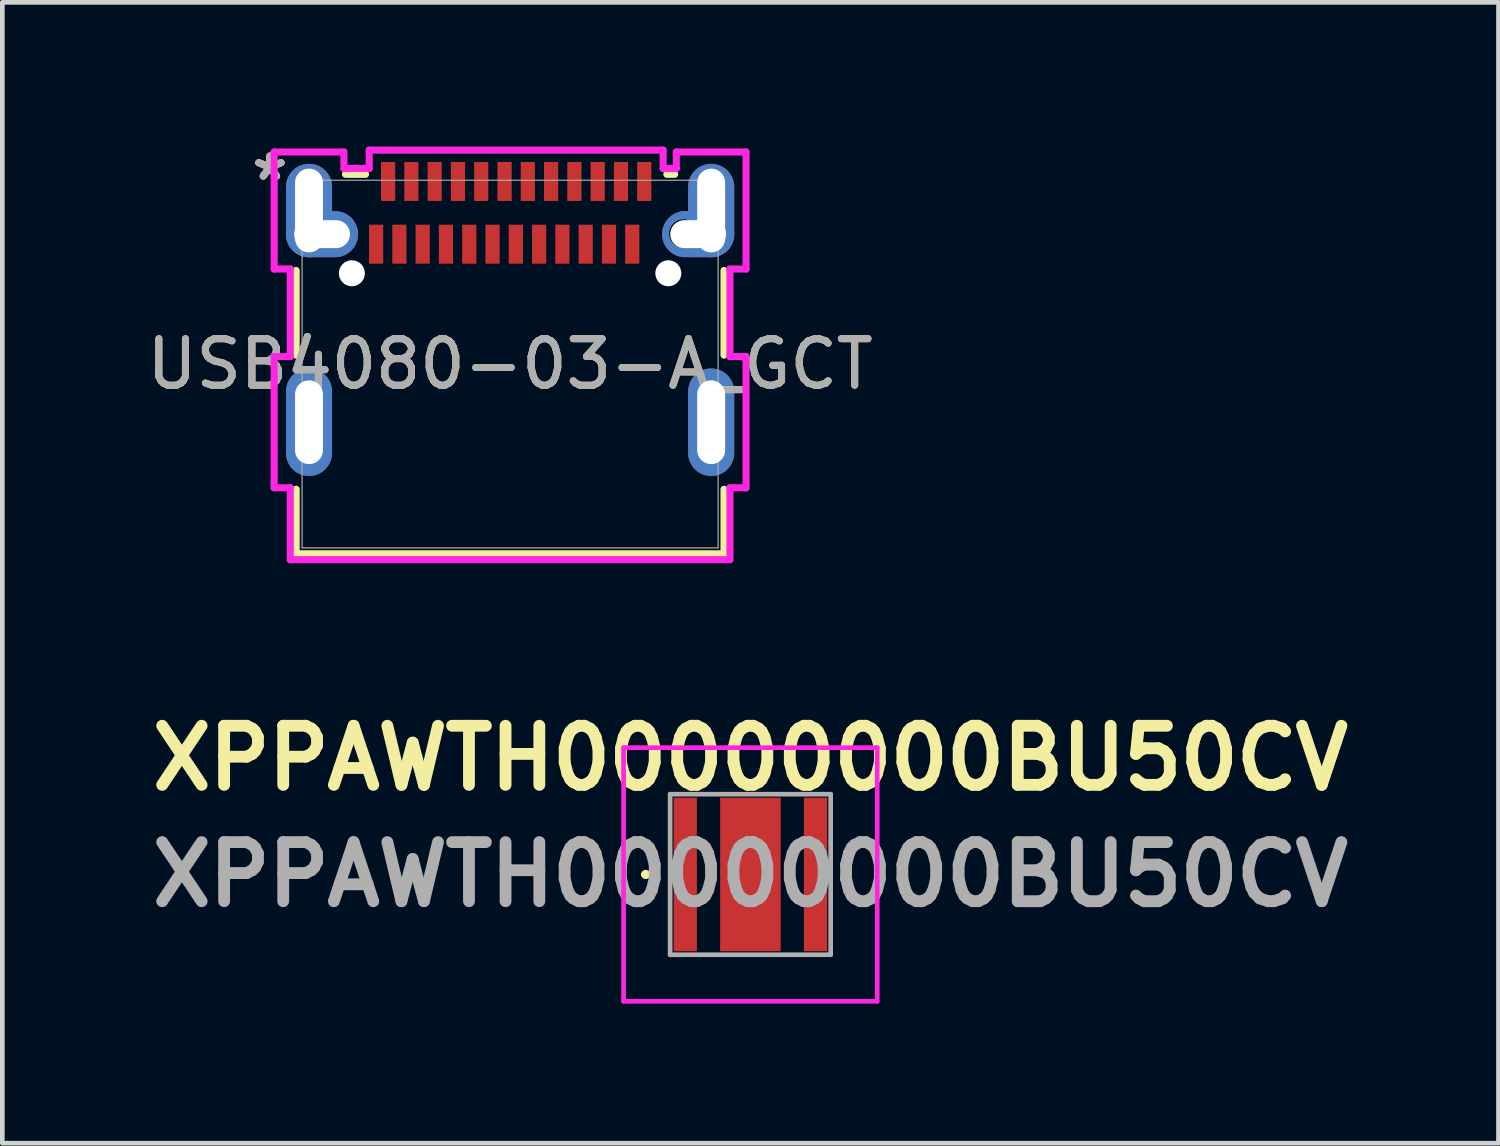
<source format=kicad_pcb>
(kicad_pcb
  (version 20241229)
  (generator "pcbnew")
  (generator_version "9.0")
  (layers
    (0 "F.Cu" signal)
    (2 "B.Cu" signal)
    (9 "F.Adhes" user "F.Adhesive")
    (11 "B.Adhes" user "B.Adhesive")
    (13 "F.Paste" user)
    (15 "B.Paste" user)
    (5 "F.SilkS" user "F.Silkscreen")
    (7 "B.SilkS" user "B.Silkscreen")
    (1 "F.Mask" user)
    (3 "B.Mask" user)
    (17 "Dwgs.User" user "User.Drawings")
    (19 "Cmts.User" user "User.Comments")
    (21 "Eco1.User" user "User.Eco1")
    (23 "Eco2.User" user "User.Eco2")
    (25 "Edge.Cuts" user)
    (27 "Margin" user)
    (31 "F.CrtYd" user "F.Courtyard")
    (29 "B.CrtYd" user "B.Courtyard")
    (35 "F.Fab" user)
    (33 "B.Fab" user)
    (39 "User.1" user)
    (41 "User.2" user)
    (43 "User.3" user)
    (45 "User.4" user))
  (footprint "XPPAWTH00000000BU50CV"
    (layer "F.Cu")
    (at 13.075 15.741)
    (property "Reference" "XPPAWTH00000000BU50CV" (at 0 -2.5 0) (layer "F.SilkS") (effects (font (size 1.27 1.27) (thickness 0.254))))
    (attr smd)
    (fp_line (start -2.3 0) (end -2.3 0) (stroke (width 0.1) (type solid)) (layer "F.SilkS"))
    (fp_line (start -2.2 0) (end -2.2 0) (stroke (width 0.1) (type solid)) (layer "F.SilkS"))
    (fp_arc (start -2.3 0) (mid -2.25 -0.05) (end -2.2 0) (stroke (width 0.1) (type solid)) (layer "F.SilkS"))
    (fp_arc (start -2.2 0) (mid -2.25 0.05) (end -2.3 0) (stroke (width 0.1) (type solid)) (layer "F.SilkS"))
    (fp_line (start -2.725 -2.725) (end 2.725 -2.725) (stroke (width 0.1) (type solid)) (layer "F.CrtYd"))
    (fp_line (start -2.725 2.725) (end -2.725 -2.725) (stroke (width 0.1) (type solid)) (layer "F.CrtYd"))
    (fp_line (start 2.725 -2.725) (end 2.725 2.725) (stroke (width 0.1) (type solid)) (layer "F.CrtYd"))
    (fp_line (start 2.725 2.725) (end -2.725 2.725) (stroke (width 0.1) (type solid)) (layer "F.CrtYd"))
    (fp_line (start -1.725 -1.725) (end 1.725 -1.725) (stroke (width 0.1) (type solid)) (layer "F.Fab"))
    (fp_line (start -1.725 1.725) (end -1.725 -1.725) (stroke (width 0.1) (type solid)) (layer "F.Fab"))
    (fp_line (start 1.725 -1.725) (end 1.725 1.725) (stroke (width 0.1) (type solid)) (layer "F.Fab"))
    (fp_line (start 1.725 1.725) (end -1.725 1.725) (stroke (width 0.1) (type solid)) (layer "F.Fab"))
    (fp_text user "${REFERENCE}" (at 0 0 0) (layer "F.Fab") (effects (font (size 1.27 1.27) (thickness 0.254))))
    (pad "1" smd rect (at -1.4 0) (size 0.5 3.3) (layers "F.Cu" "F.Mask" "F.Paste"))
    (pad "2" smd rect (at 1.4 0) (size 0.5 3.3) (layers "F.Cu" "F.Mask" "F.Paste"))
    (pad "3" smd rect (at 0 0) (size 1.3 3.3) (layers "F.Cu" "F.Mask" "F.Paste")))
  (footprint "USB4080-03-A_GCT"
    (layer "F.Cu")
    (at 7.911 4.773)
    (property "Reference" "USB4080-03-A_GCT" (at 0 0 0) (unlocked yes) (layer "F.SilkS") (effects (font (size 1 1) (thickness 0.15))))
    (attr smd)
    (fp_line (start -4.597 -2.011) (end -4.597 -0.191) (stroke (width 0.152) (type solid)) (layer "F.SilkS"))
    (fp_line (start -4.597 2.69) (end -4.597 4.077) (stroke (width 0.152) (type solid)) (layer "F.SilkS"))
    (fp_line (start -4.597 4.077) (end 4.597 4.077) (stroke (width 0.152) (type solid)) (layer "F.SilkS"))
    (fp_line (start -3.106 -4.077) (end -3.537 -4.077) (stroke (width 0.152) (type solid)) (layer "F.SilkS"))
    (fp_line (start 3.537 -4.077) (end 3.368 -4.077) (stroke (width 0.152) (type solid)) (layer "F.SilkS"))
    (fp_line (start 4.597 -0.191) (end 4.597 -2.011) (stroke (width 0.152) (type solid)) (layer "F.SilkS"))
    (fp_line (start 4.597 4.077) (end 4.597 2.69) (stroke (width 0.152) (type solid)) (layer "F.SilkS"))
    (fp_line (start -5.07 -4.557) (end -5.07 -2.042) (stroke (width 0.152) (type solid)) (layer "F.CrtYd"))
    (fp_line (start -5.07 -2.042) (end -4.724 -2.042) (stroke (width 0.152) (type solid)) (layer "F.CrtYd"))
    (fp_line (start -5.07 -0.16) (end -5.07 2.659) (stroke (width 0.152) (type solid)) (layer "F.CrtYd"))
    (fp_line (start -5.07 2.659) (end -4.724 2.659) (stroke (width 0.152) (type solid)) (layer "F.CrtYd"))
    (fp_line (start -4.724 -2.042) (end -4.724 -0.16) (stroke (width 0.152) (type solid)) (layer "F.CrtYd"))
    (fp_line (start -4.724 -0.16) (end -5.07 -0.16) (stroke (width 0.152) (type solid)) (layer "F.CrtYd"))
    (fp_line (start -4.724 2.659) (end -4.724 4.204) (stroke (width 0.152) (type solid)) (layer "F.CrtYd"))
    (fp_line (start -4.724 4.204) (end 4.724 4.204) (stroke (width 0.152) (type solid)) (layer "F.CrtYd"))
    (fp_line (start -3.571 -4.557) (end -5.07 -4.557) (stroke (width 0.152) (type solid)) (layer "F.CrtYd"))
    (fp_line (start -3.571 -4.204) (end -3.571 -4.557) (stroke (width 0.152) (type solid)) (layer "F.CrtYd"))
    (fp_line (start -3.028 -4.597) (end -3.028 -4.204) (stroke (width 0.152) (type solid)) (layer "F.CrtYd"))
    (fp_line (start -3.028 -4.204) (end -3.571 -4.204) (stroke (width 0.152) (type solid)) (layer "F.CrtYd"))
    (fp_line (start 3.289 -4.597) (end -3.028 -4.597) (stroke (width 0.152) (type solid)) (layer "F.CrtYd"))
    (fp_line (start 3.289 -4.204) (end 3.289 -4.597) (stroke (width 0.152) (type solid)) (layer "F.CrtYd"))
    (fp_line (start 3.571 -4.557) (end 3.571 -4.204) (stroke (width 0.152) (type solid)) (layer "F.CrtYd"))
    (fp_line (start 3.571 -4.204) (end 3.289 -4.204) (stroke (width 0.152) (type solid)) (layer "F.CrtYd"))
    (fp_line (start 4.724 -2.042) (end 5.07 -2.042) (stroke (width 0.152) (type solid)) (layer "F.CrtYd"))
    (fp_line (start 4.724 -0.16) (end 4.724 -2.042) (stroke (width 0.152) (type solid)) (layer "F.CrtYd"))
    (fp_line (start 4.724 2.659) (end 5.07 2.659) (stroke (width 0.152) (type solid)) (layer "F.CrtYd"))
    (fp_line (start 4.724 4.204) (end 4.724 2.659) (stroke (width 0.152) (type solid)) (layer "F.CrtYd"))
    (fp_line (start 5.07 -4.557) (end 3.571 -4.557) (stroke (width 0.152) (type solid)) (layer "F.CrtYd"))
    (fp_line (start 5.07 -2.042) (end 5.07 -4.557) (stroke (width 0.152) (type solid)) (layer "F.CrtYd"))
    (fp_line (start 5.07 -0.16) (end 4.724 -0.16) (stroke (width 0.152) (type solid)) (layer "F.CrtYd"))
    (fp_line (start 5.07 2.659) (end 5.07 -0.16) (stroke (width 0.152) (type solid)) (layer "F.CrtYd"))
    (fp_line (start -4.47 -3.95) (end -4.47 3.95) (stroke (width 0.025) (type solid)) (layer "F.Fab"))
    (fp_line (start -4.47 3.95) (end 4.47 3.95) (stroke (width 0.025) (type solid)) (layer "F.Fab"))
    (fp_line (start 0 -3.95) (end 0 -3.95) (stroke (width 0.025) (type solid)) (layer "F.Fab"))
    (fp_line (start 0 -3.95) (end 0 -3.95) (stroke (width 0.025) (type solid)) (layer "F.Fab"))
    (fp_line (start 0 -3.95) (end 0 -3.95) (stroke (width 0.025) (type solid)) (layer "F.Fab"))
    (fp_line (start 0 -3.95) (end 0 -3.95) (stroke (width 0.025) (type solid)) (layer "F.Fab"))
    (fp_line (start 4.47 -3.95) (end -4.47 -3.95) (stroke (width 0.025) (type solid)) (layer "F.Fab"))
    (fp_line (start 4.47 3.95) (end 4.47 -3.95) (stroke (width 0.025) (type solid)) (layer "F.Fab"))
    (fp_text user "*" (at -5.161 -3.924 0) (unlocked yes) (layer "F.SilkS") (effects (font (size 1 1) (thickness 0.15))))
    (fp_text user "*" (at -5.161 -3.924 0) (layer "F.SilkS") (effects (font (size 1 1) (thickness 0.15))))
    (fp_text user "*" (at -5.161 -3.924 0) (unlocked yes) (layer "F.Fab") (effects (font (size 1 1) (thickness 0.15))))
    (fp_text user "${REFERENCE}" (at 0 0 0) (unlocked yes) (layer "F.Fab") (effects (font (size 1 1) (thickness 0.15))))
    (fp_text user "*" (at -5.161 -3.924 0) (layer "F.Fab") (effects (font (size 1 1) (thickness 0.15))))
    (pad "" np_thru_hole circle (at -3.4 -1.951) (size 0.559 0.559) (drill 0.559) (layers "*.Cu" "*.Mask"))
    (pad "" np_thru_hole circle (at 3.4 -1.951) (size 0.559 0.559) (drill 0.559) (layers "*.Cu" "*.Mask"))
    (pad "" np_thru_hole circle (at 3.724 -2.804) (size 0.61 0.61) (drill 0.61) (layers))
    (pad "27" thru_hole oval (at -4.321 1.25) (size 0.991 2.311) (drill oval 0.6 1.8) (layers "*.Cu" "*.Mask"))
    (pad "28" thru_hole oval (at 4.321 1.25) (size 0.991 2.311) (drill oval 0.6 1.8) (layers "*.Cu" "*.Mask"))
    (pad "29" thru_hole oval (at -4.321 -3.299) (size 0.991 2.007) (drill oval 0.6 1.8) (layers "*.Cu" "*.Mask"))
    (pad "30" thru_hole oval (at 4.321 -3.299) (size 0.991 2.007) (drill oval 0.6 1.8) (layers "*.Cu" "*.Mask"))
    (pad "31" thru_hole oval (at -4.041 -2.791) (size 1.549 0.991) (drill oval 1.2 0.6) (layers "*.Cu" "*.Mask"))
    (pad "32" thru_hole oval (at 4.041 -2.791) (size 1.549 0.991) (drill oval 1.2 0.6) (layers "*.Cu" "*.Mask"))
    (pad "A1" smd rect (at -2.621 -3.924) (size 0.305 0.838) (layers "F.Cu" "F.Mask" "F.Paste"))
    (pad "A2" smd rect (at -2.121 -3.924) (size 0.305 0.838) (layers "F.Cu" "F.Mask" "F.Paste"))
    (pad "A3" smd rect (at -1.621 -3.924) (size 0.305 0.838) (layers "F.Cu" "F.Mask" "F.Paste"))
    (pad "A4" smd rect (at -1.12 -3.924) (size 0.305 0.838) (layers "F.Cu" "F.Mask" "F.Paste"))
    (pad "A5" smd rect (at -0.62 -3.924) (size 0.305 0.838) (layers "F.Cu" "F.Mask" "F.Paste"))
    (pad "A6" smd rect (at -0.119 -3.924) (size 0.305 0.838) (layers "F.Cu" "F.Mask" "F.Paste"))
    (pad "A7" smd rect (at 0.381 -3.924) (size 0.305 0.838) (layers "F.Cu" "F.Mask" "F.Paste"))
    (pad "A8" smd rect (at 0.881 -3.924) (size 0.305 0.838) (layers "F.Cu" "F.Mask" "F.Paste"))
    (pad "A9" smd rect (at 1.382 -3.924) (size 0.305 0.838) (layers "F.Cu" "F.Mask" "F.Paste"))
    (pad "A10" smd rect (at 1.882 -3.924) (size 0.305 0.838) (layers "F.Cu" "F.Mask" "F.Paste"))
    (pad "A11" smd rect (at 2.383 -3.924) (size 0.305 0.838) (layers "F.Cu" "F.Mask" "F.Paste"))
    (pad "A12" smd rect (at 2.883 -3.924) (size 0.305 0.838) (layers "F.Cu" "F.Mask" "F.Paste"))
    (pad "B1" smd rect (at 2.625 -2.576) (size 0.305 0.838) (layers "F.Cu" "F.Mask" "F.Paste"))
    (pad "B2" smd rect (at 2.125 -2.576) (size 0.305 0.838) (layers "F.Cu" "F.Mask" "F.Paste"))
    (pad "B3" smd rect (at 1.625 -2.576) (size 0.305 0.838) (layers "F.Cu" "F.Mask" "F.Paste"))
    (pad "B4" smd rect (at 1.124 -2.576) (size 0.305 0.838) (layers "F.Cu" "F.Mask" "F.Paste"))
    (pad "B5" smd rect (at 0.624 -2.576) (size 0.305 0.838) (layers "F.Cu" "F.Mask" "F.Paste"))
    (pad "B6" smd rect (at 0.123 -2.576) (size 0.305 0.838) (layers "F.Cu" "F.Mask" "F.Paste"))
    (pad "B7" smd rect (at -0.377 -2.576) (size 0.305 0.838) (layers "F.Cu" "F.Mask" "F.Paste"))
    (pad "B8" smd rect (at -0.877 -2.576) (size 0.305 0.838) (layers "F.Cu" "F.Mask" "F.Paste"))
    (pad "B9" smd rect (at -1.378 -2.576) (size 0.305 0.838) (layers "F.Cu" "F.Mask" "F.Paste"))
    (pad "B10" smd rect (at -1.878 -2.576) (size 0.305 0.838) (layers "F.Cu" "F.Mask" "F.Paste"))
    (pad "B11" smd rect (at -2.379 -2.576) (size 0.305 0.838) (layers "F.Cu" "F.Mask" "F.Paste"))
    (pad "B12" smd rect (at -2.879 -2.576) (size 0.305 0.838) (layers "F.Cu" "F.Mask" "F.Paste")))
  (gr_rect
    (start -3 -3)
    (end 29.15 21.516)
    (stroke (width 0.1) (type default))
    (fill no)
    (layer "Edge.Cuts")))
</source>
